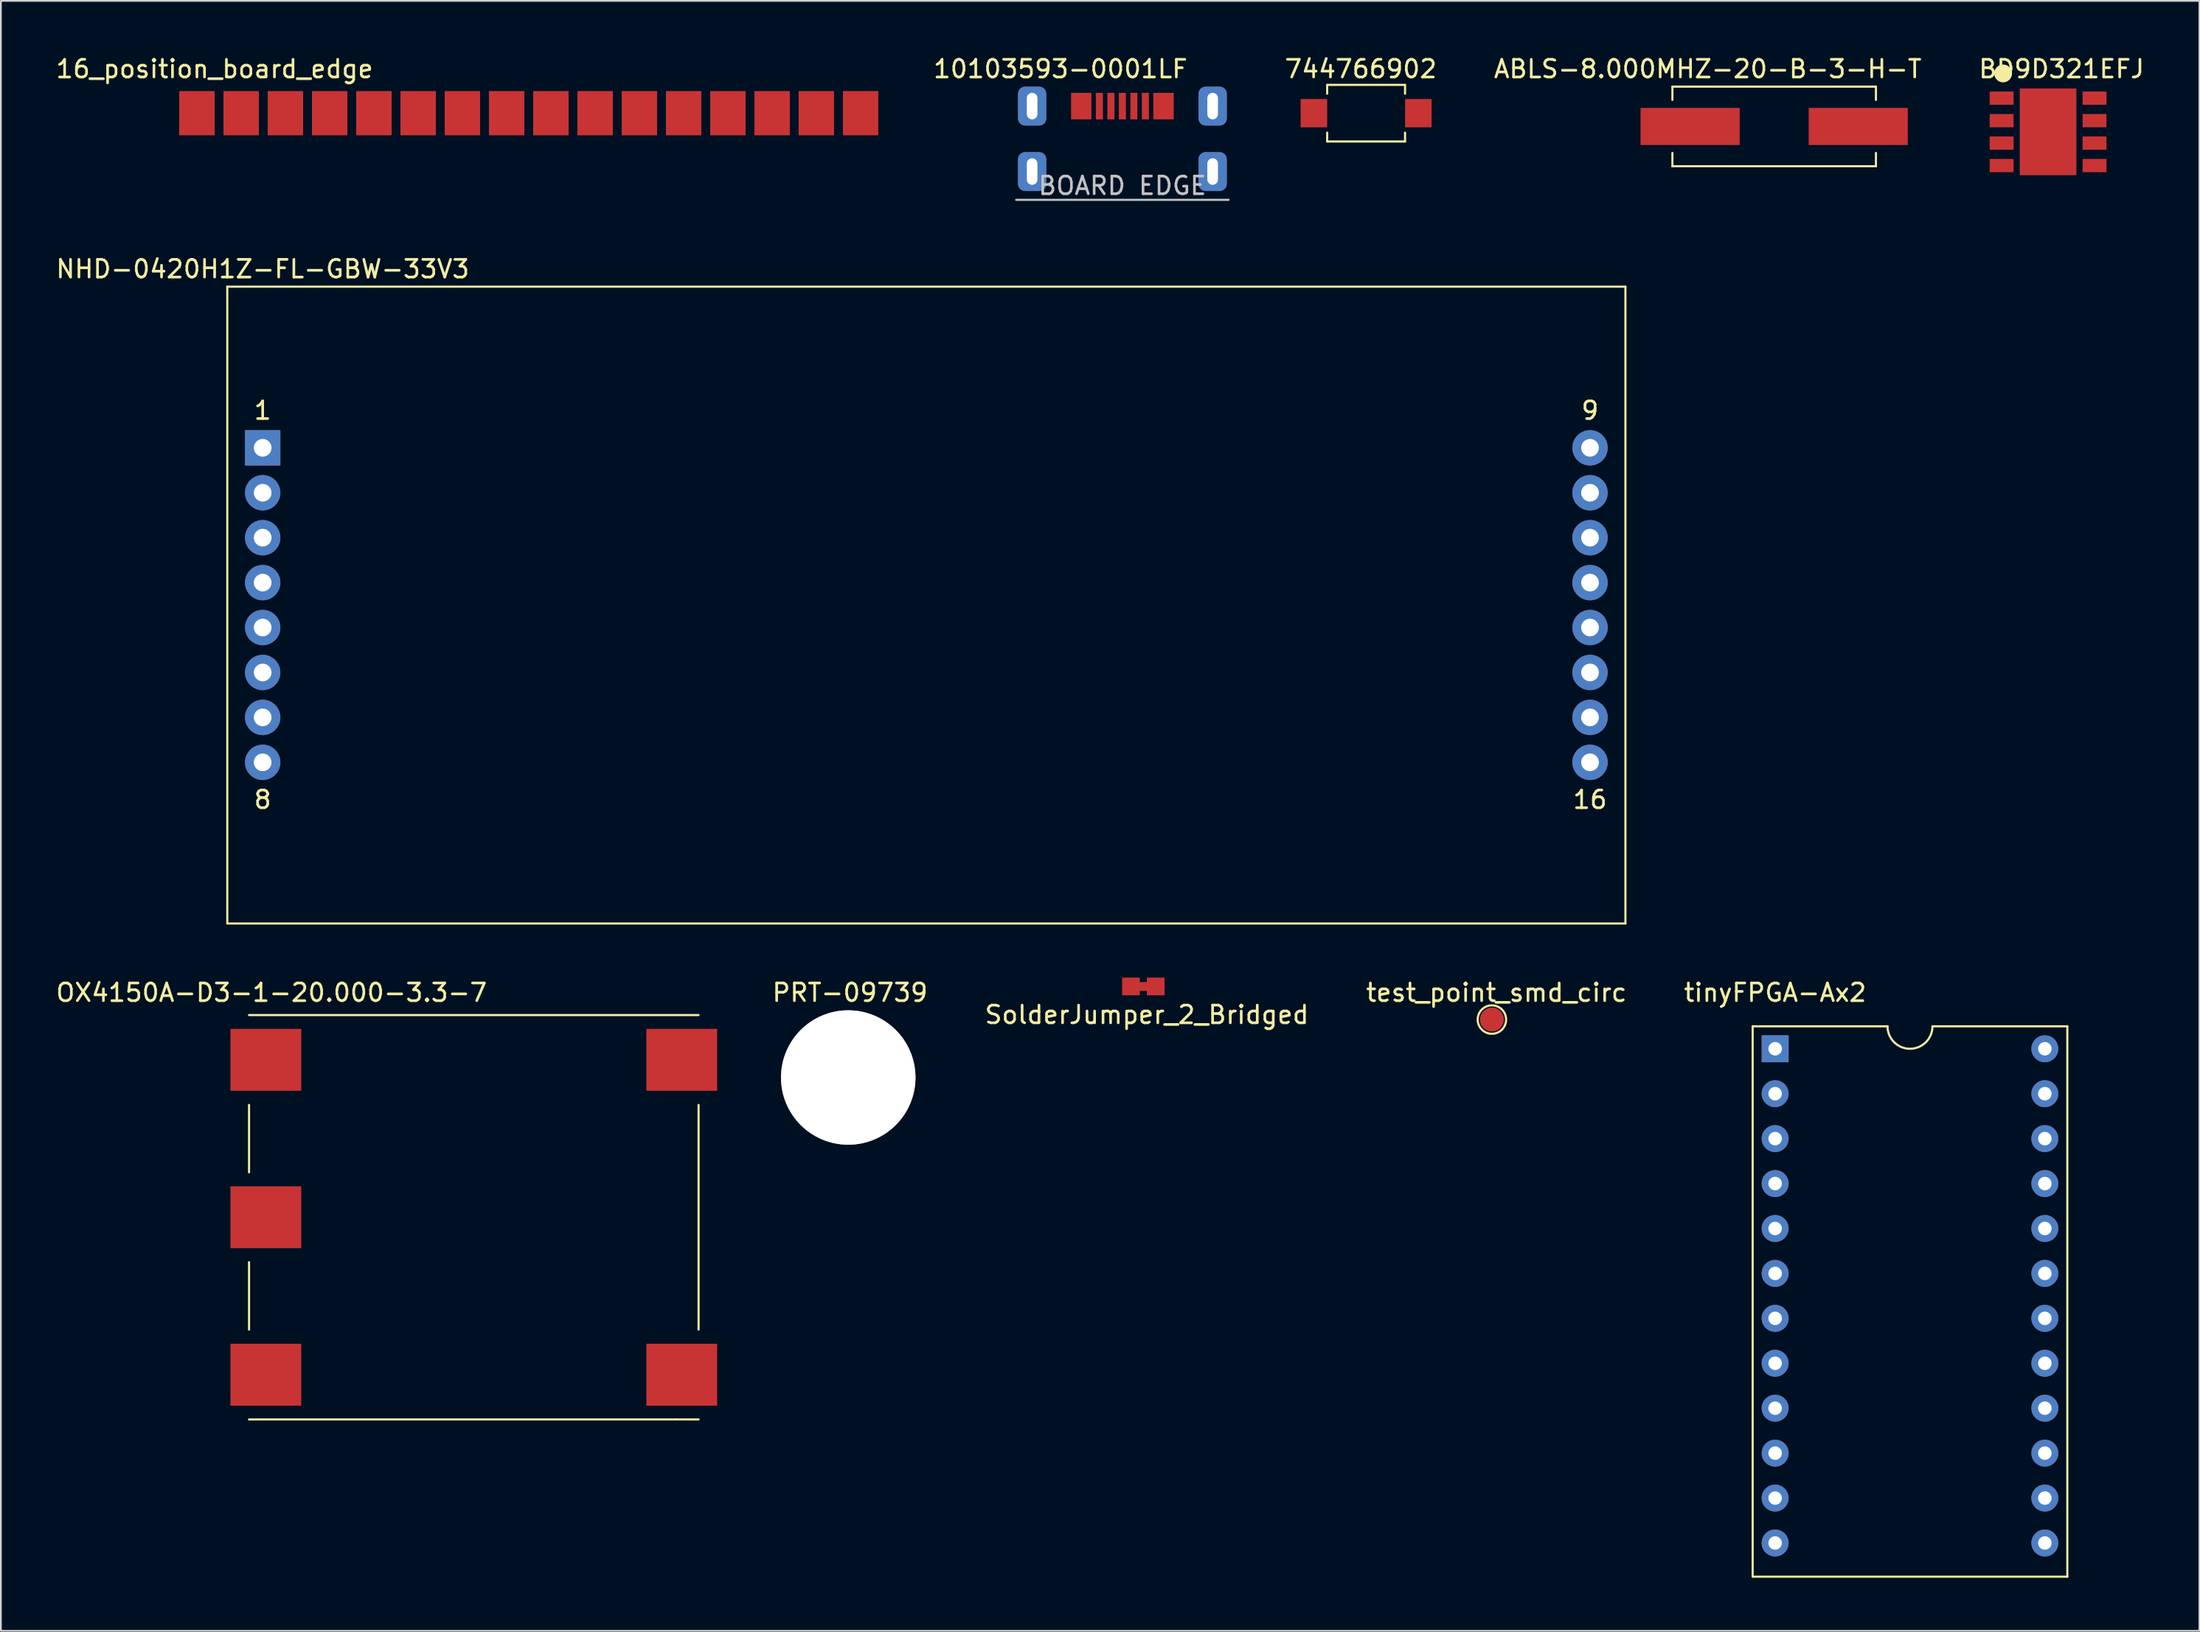
<source format=kicad_pcb>
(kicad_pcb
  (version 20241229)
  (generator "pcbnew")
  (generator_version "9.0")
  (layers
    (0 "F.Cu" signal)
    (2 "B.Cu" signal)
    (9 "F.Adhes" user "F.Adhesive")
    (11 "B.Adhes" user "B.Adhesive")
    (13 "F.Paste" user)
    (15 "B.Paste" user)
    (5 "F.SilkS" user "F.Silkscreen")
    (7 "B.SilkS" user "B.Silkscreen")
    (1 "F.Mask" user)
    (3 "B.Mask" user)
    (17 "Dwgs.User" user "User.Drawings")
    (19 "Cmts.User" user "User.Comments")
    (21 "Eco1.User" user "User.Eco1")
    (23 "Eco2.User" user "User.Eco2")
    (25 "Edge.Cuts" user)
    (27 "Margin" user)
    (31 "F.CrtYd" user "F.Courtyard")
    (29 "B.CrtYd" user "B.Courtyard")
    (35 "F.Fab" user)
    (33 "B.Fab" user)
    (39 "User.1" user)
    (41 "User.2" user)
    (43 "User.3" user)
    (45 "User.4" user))
  (footprint "tinyFPGA-Ax2"
    (layer "F.Cu")
    (at 97.251 56.24)
    (property "Reference" "tinyFPGA-Ax2" (at 0 -3.175 0) (layer "F.SilkS") (effects (font (size 1 1) (thickness 0.15))))
    (attr through_hole)
    (fp_line (start -1.27 -1.27) (end 6.35 -1.27) (stroke (width 0.12) (type solid)) (layer "F.SilkS"))
    (fp_line (start -1.27 29.845) (end -1.27 -1.27) (stroke (width 0.12) (type solid)) (layer "F.SilkS"))
    (fp_line (start 8.89 -1.27) (end 16.51 -1.27) (stroke (width 0.12) (type solid)) (layer "F.SilkS"))
    (fp_line (start 16.51 -1.27) (end 16.51 29.845) (stroke (width 0.12) (type solid)) (layer "F.SilkS"))
    (fp_line (start 16.51 29.845) (end -1.27 29.845) (stroke (width 0.12) (type solid)) (layer "F.SilkS"))
    (fp_arc (start 8.89 -1.27) (mid 7.62 0) (end 6.35 -1.27) (stroke (width 0.12) (type solid)) (layer "F.SilkS"))
    (pad "0" thru_hole rect (at 0 0) (size 1.524 1.524) (drill 0.762) (layers "*.Cu" "*.Mask"))
    (pad "1" thru_hole circle (at 0 2.54) (size 1.524 1.524) (drill 0.762) (layers "*.Cu" "*.Mask"))
    (pad "2" thru_hole circle (at 0 5.08) (size 1.524 1.524) (drill 0.762) (layers "*.Cu" "*.Mask"))
    (pad "3" thru_hole circle (at 0 7.62) (size 1.524 1.524) (drill 0.762) (layers "*.Cu" "*.Mask"))
    (pad "4" thru_hole circle (at 0 10.16) (size 1.524 1.524) (drill 0.762) (layers "*.Cu" "*.Mask"))
    (pad "5" thru_hole circle (at 0 12.7) (size 1.524 1.524) (drill 0.762) (layers "*.Cu" "*.Mask"))
    (pad "6" thru_hole circle (at 0 15.24) (size 1.524 1.524) (drill 0.762) (layers "*.Cu" "*.Mask"))
    (pad "7" thru_hole circle (at 0 17.78) (size 1.524 1.524) (drill 0.762) (layers "*.Cu" "*.Mask"))
    (pad "8" thru_hole circle (at 0 20.32) (size 1.524 1.524) (drill 0.762) (layers "*.Cu" "*.Mask"))
    (pad "9" thru_hole circle (at 0 22.86) (size 1.524 1.524) (drill 0.762) (layers "*.Cu" "*.Mask"))
    (pad "10" thru_hole circle (at 0 25.4) (size 1.524 1.524) (drill 0.762) (layers "*.Cu" "*.Mask"))
    (pad "11" thru_hole circle (at 0 27.94) (size 1.524 1.524) (drill 0.762) (layers "*.Cu" "*.Mask"))
    (pad "12" thru_hole circle (at 15.24 27.94) (size 1.524 1.524) (drill 0.762) (layers "*.Cu" "*.Mask"))
    (pad "13" thru_hole circle (at 15.24 25.4) (size 1.524 1.524) (drill 0.762) (layers "*.Cu" "*.Mask"))
    (pad "14" thru_hole circle (at 15.24 22.86) (size 1.524 1.524) (drill 0.762) (layers "*.Cu" "*.Mask"))
    (pad "15" thru_hole circle (at 15.24 20.32) (size 1.524 1.524) (drill 0.762) (layers "*.Cu" "*.Mask"))
    (pad "16" thru_hole circle (at 15.24 17.78) (size 1.524 1.524) (drill 0.762) (layers "*.Cu" "*.Mask"))
    (pad "17" thru_hole circle (at 15.24 15.24) (size 1.524 1.524) (drill 0.762) (layers "*.Cu" "*.Mask"))
    (pad "18" thru_hole circle (at 15.24 12.7) (size 1.524 1.524) (drill 0.762) (layers "*.Cu" "*.Mask"))
    (pad "19" thru_hole circle (at 15.24 10.16) (size 1.524 1.524) (drill 0.762) (layers "*.Cu" "*.Mask"))
    (pad "20" thru_hole circle (at 15.24 7.62) (size 1.524 1.524) (drill 0.762) (layers "*.Cu" "*.Mask"))
    (pad "21" thru_hole circle (at 15.24 5.08) (size 1.524 1.524) (drill 0.762) (layers "*.Cu" "*.Mask"))
    (pad "22" thru_hole circle (at 15.24 2.54) (size 1.524 1.524) (drill 0.762) (layers "*.Cu" "*.Mask"))
    (pad "23" thru_hole circle (at 15.24 0) (size 1.524 1.524) (drill 0.762) (layers "*.Cu" "*.Mask")))
  (footprint "OX4150A-D3-1-20.000-3.3-7"
    (layer "F.Cu")
    (at 23.722 65.765)
    (property "Reference" "OX4150A-D3-1-20.000-3.3-7" (at -11.43 -12.7 0) (layer "F.SilkS") (effects (font (size 1 1) (thickness 0.15))))
    (attr through_hole)
    (fp_line (start -12.7 -6.35) (end -12.7 -2.54) (stroke (width 0.12) (type solid)) (layer "F.SilkS"))
    (fp_line (start -12.7 2.54) (end -12.7 6.35) (stroke (width 0.12) (type solid)) (layer "F.SilkS"))
    (fp_line (start -12.7 11.43) (end 11.43 11.43) (stroke (width 0.12) (type solid)) (layer "F.SilkS"))
    (fp_line (start 12.7 -11.43) (end -12.7 -11.43) (stroke (width 0.12) (type solid)) (layer "F.SilkS"))
    (fp_line (start 12.7 -6.35) (end 12.7 6.35) (stroke (width 0.12) (type solid)) (layer "F.SilkS"))
    (fp_line (start 12.7 11.43) (end 11.43 11.43) (stroke (width 0.12) (type solid)) (layer "F.SilkS"))
    (pad "1" smd rect (at -11.75 -8.9) (size 4 3.5) (layers "F.Cu" "F.Mask" "F.Paste"))
    (pad "2" smd rect (at -11.75 0) (size 4 3.5) (layers "F.Cu" "F.Mask" "F.Paste"))
    (pad "3" smd rect (at -11.75 8.9) (size 4 3.5) (layers "F.Cu" "F.Mask" "F.Paste"))
    (pad "4" smd rect (at 11.75 8.9) (size 4 3.5) (layers "F.Cu" "F.Mask" "F.Paste"))
    (pad "5" smd rect (at 11.75 -8.9) (size 4 3.5) (layers "F.Cu" "F.Mask" "F.Paste")))
  (footprint "SolderJumper_2_Bridged"
    (layer "F.Cu")
    (at 61.551 52.717)
    (property "Reference" "SolderJumper_2_Bridged" (at 0.2 1.6 0) (layer "F.SilkS") (effects (font (size 1 1) (thickness 0.15))))
    (attr through_hole)
    (fp_line (start 0.7 0) (end -0.7 0) (stroke (width 0.5) (type solid)) (layer "F.Cu"))
    (fp_line (start 0.5 0) (end -0.5 0) (stroke (width 0.75) (type solid)) (layer "F.Mask"))
    (pad "1" smd rect (at -0.7 0) (size 1 1) (layers "F.Cu" "F.Mask" "F.Paste"))
    (pad "2" smd rect (at 0.7 0) (size 1 1) (layers "F.Cu" "F.Mask" "F.Paste")))
  (footprint "test_point_smd_circ"
    (layer "F.Cu")
    (at 81.247 54.589)
    (property "Reference" "test_point_smd_circ" (at 0.254 -1.524 0) (layer "F.SilkS") (effects (font (size 1 1) (thickness 0.15))))
    (attr through_hole)
    (fp_circle (center 0 0) (end 0.762 0.254) (stroke (width 0.12) (type solid)) (fill no) (layer "F.SilkS"))
    (pad "~" smd circle (at 0 0) (size 1.35 1.35) (layers "F.Cu" "F.Mask" "F.Paste")))
  (footprint "BD9D321EFJ"
    (layer "F.Cu")
    (at 112.673 4.404)
    (property "Reference" "BD9D321EFJ" (at 0.762 -3.556 0) (layer "F.SilkS") (effects (font (size 1 1) (thickness 0.15))))
    (attr smd)
    (fp_circle (center -2.54 -3.302) (end -2.286 -3.302) (stroke (width 0.5) (type solid)) (fill no) (layer "F.SilkS"))
    (pad "1" smd rect (at -2.625 -1.905) (size 1.35 0.75) (layers "F.Cu" "F.Mask" "F.Paste"))
    (pad "2" smd rect (at -2.625 -0.635) (size 1.35 0.75) (layers "F.Cu" "F.Mask" "F.Paste"))
    (pad "3" smd rect (at -2.625 0.635) (size 1.35 0.75) (layers "F.Cu" "F.Mask" "F.Paste"))
    (pad "4" smd rect (at -2.625 1.905) (size 1.35 0.75) (layers "F.Cu" "F.Mask" "F.Paste"))
    (pad "5" smd rect (at 2.625 1.905) (size 1.35 0.75) (layers "F.Cu" "F.Mask" "F.Paste"))
    (pad "6" smd rect (at 2.625 0.635) (size 1.35 0.75) (layers "F.Cu" "F.Mask" "F.Paste"))
    (pad "7" smd rect (at 2.625 -0.635) (size 1.35 0.75) (layers "F.Cu" "F.Mask" "F.Paste"))
    (pad "8" smd rect (at 2.625 -1.905) (size 1.35 0.75) (layers "F.Cu" "F.Mask" "F.Paste"))
    (pad "FIN" smd rect (at 0 0) (size 3.2 4.9) (layers "F.Cu" "F.Mask" "F.Paste")))
  (footprint "16_position_board_edge"
    (layer "F.Cu")
    (at 8.077 3.348)
    (property "Reference" "16_position_board_edge" (at 1 -2.5 0) (layer "F.SilkS") (effects (font (size 1 1) (thickness 0.15))))
    (attr through_hole)
    (pad "1" smd rect (at 0 0) (size 2 2.5) (layers "F.Cu" "F.Mask" "F.Paste"))
    (pad "2" smd rect (at 2.5 0) (size 2 2.5) (layers "F.Cu" "F.Mask" "F.Paste"))
    (pad "3" smd rect (at 5 0) (size 2 2.5) (layers "F.Cu" "F.Mask" "F.Paste"))
    (pad "4" smd rect (at 7.5 0) (size 2 2.5) (layers "F.Cu" "F.Mask" "F.Paste"))
    (pad "5" smd rect (at 10 0) (size 2 2.5) (layers "F.Cu" "F.Mask" "F.Paste"))
    (pad "6" smd rect (at 12.5 0) (size 2 2.5) (layers "F.Cu" "F.Mask" "F.Paste"))
    (pad "7" smd rect (at 15 0) (size 2 2.5) (layers "F.Cu" "F.Mask" "F.Paste"))
    (pad "8" smd rect (at 17.5 0) (size 2 2.5) (layers "F.Cu" "F.Mask" "F.Paste"))
    (pad "9" smd rect (at 20 0) (size 2 2.5) (layers "F.Cu" "F.Mask" "F.Paste"))
    (pad "10" smd rect (at 22.5 0) (size 2 2.5) (layers "F.Cu" "F.Mask" "F.Paste"))
    (pad "11" smd rect (at 25 0) (size 2 2.5) (layers "F.Cu" "F.Mask" "F.Paste"))
    (pad "12" smd rect (at 27.5 0) (size 2 2.5) (layers "F.Cu" "F.Mask" "F.Paste"))
    (pad "13" smd rect (at 30 0) (size 2 2.5) (layers "F.Cu" "F.Mask" "F.Paste"))
    (pad "14" smd rect (at 32.5 0) (size 2 2.5) (layers "F.Cu" "F.Mask" "F.Paste"))
    (pad "15" smd rect (at 35 0) (size 2 2.5) (layers "F.Cu" "F.Mask" "F.Paste"))
    (pad "16" smd rect (at 37.5 0) (size 2 2.5) (layers "F.Cu" "F.Mask" "F.Paste")))
  (footprint "ABLS-8.000MHZ-20-B-3-H-T"
    (layer "F.Cu")
    (at 97.197 4.098)
    (property "Reference" "ABLS-8.000MHZ-20-B-3-H-T" (at -3.75 -3.25 0) (layer "F.SilkS") (effects (font (size 1 1) (thickness 0.15))))
    (attr through_hole)
    (fp_line (start -5.75 -2.25) (end 5.75 -2.25) (stroke (width 0.12) (type solid)) (layer "F.SilkS"))
    (fp_line (start -5.75 -1.5) (end -5.75 -2.25) (stroke (width 0.12) (type solid)) (layer "F.SilkS"))
    (fp_line (start -5.75 1.5) (end -5.75 2.25) (stroke (width 0.12) (type solid)) (layer "F.SilkS"))
    (fp_line (start -5.75 2.25) (end 5.75 2.25) (stroke (width 0.12) (type solid)) (layer "F.SilkS"))
    (fp_line (start 5.75 -2.25) (end 5.75 -1.5) (stroke (width 0.12) (type solid)) (layer "F.SilkS"))
    (fp_line (start 5.75 2.25) (end 5.75 1.5) (stroke (width 0.12) (type solid)) (layer "F.SilkS"))
    (pad "1" smd rect (at -4.75 0) (size 5.6 2.1) (layers "F.Cu" "F.Mask" "F.Paste"))
    (pad "2" smd rect (at 4.75 0) (size 5.6 2.1) (layers "F.Cu" "F.Mask" "F.Paste")))
  (footprint "10103593-0001LF"
    (layer "F.Cu")
    (at 60.369 2.948)
    (property "Reference" "10103593-0001LF" (at -3.5 -2.1 0) (layer "F.SilkS") (effects (font (size 1 1) (thickness 0.15))))
    (attr through_hole)
    (fp_line (start 6 5.3) (end -6 5.3) (stroke (width 0.12) (type solid)) (layer "Dwgs.User"))
    (fp_text user "BOARD EDGE" (at 0 4.5 0) (layer "Dwgs.User") (effects (font (size 1 1) (thickness 0.15))))
    (pad "1" smd rect (at -1.3 0) (size 0.4 1.5) (layers "F.Cu" "F.Mask" "F.Paste"))
    (pad "2" smd rect (at -0.65 0) (size 0.4 1.5) (layers "F.Cu" "F.Mask" "F.Paste"))
    (pad "3" smd rect (at 0 0) (size 0.4 1.5) (layers "F.Cu" "F.Mask" "F.Paste"))
    (pad "4" smd rect (at 0.65 0) (size 0.4 1.5) (layers "F.Cu" "F.Mask" "F.Paste"))
    (pad "5" smd rect (at 1.3 0) (size 0.4 1.5) (layers "F.Cu" "F.Mask" "F.Paste"))
    (pad "6" thru_hole roundrect (at -5.1 0) (size 1.6 2.2) (drill oval 0.6 1.5) (layers "*.Cu" "*.Mask") (roundrect_rratio 0.25))
    (pad "6" thru_hole roundrect (at -5.1 3.7) (size 1.6 2.2) (drill oval 0.6 1.5) (layers "*.Cu" "*.Mask") (roundrect_rratio 0.25))
    (pad "6" smd rect (at -2.325 0) (size 1.15 1.5) (layers "F.Cu" "F.Mask" "F.Paste"))
    (pad "6" smd rect (at 2.325 0) (size 1.15 1.5) (layers "F.Cu" "F.Mask" "F.Paste"))
    (pad "6" thru_hole roundrect (at 5.1 0) (size 1.6 2.2) (drill oval 0.6 1.5) (layers "*.Cu" "*.Mask") (roundrect_rratio 0.25))
    (pad "6" thru_hole roundrect (at 5.1 3.7) (size 1.6 2.2) (drill oval 0.6 1.5) (layers "*.Cu" "*.Mask") (roundrect_rratio 0.25)))
  (footprint "744766902"
    (layer "F.Cu")
    (at 74.14 3.348)
    (property "Reference" "744766902" (at -0.3 -2.5 0) (layer "F.SilkS") (effects (font (size 1 1) (thickness 0.15))))
    (attr through_hole)
    (fp_line (start -2.2 -1.6) (end -2.2 -1.1) (stroke (width 0.12) (type solid)) (layer "F.SilkS"))
    (fp_line (start -2.2 1.1) (end -2.2 1.6) (stroke (width 0.12) (type solid)) (layer "F.SilkS"))
    (fp_line (start -2.2 1.6) (end 2.2 1.6) (stroke (width 0.12) (type solid)) (layer "F.SilkS"))
    (fp_line (start 2.2 -1.6) (end -2.2 -1.6) (stroke (width 0.12) (type solid)) (layer "F.SilkS"))
    (fp_line (start 2.2 -1.1) (end 2.2 -1.6) (stroke (width 0.12) (type solid)) (layer "F.SilkS"))
    (fp_line (start 2.2 1.6) (end 2.2 1.1) (stroke (width 0.12) (type solid)) (layer "F.SilkS"))
    (pad "1" smd rect (at -2.95 0) (size 1.5 1.6) (layers "F.Cu" "F.Mask" "F.Paste"))
    (pad "2" smd rect (at 2.95 0) (size 1.5 1.6) (layers "F.Cu" "F.Mask" "F.Paste")))
  (footprint "PRT-09739"
    (layer "F.Cu")
    (at 45.078 57.565)
    (property "Reference" "PRT-09739" (at -0.1 -4.5 0) (layer "F.SilkS") (effects (font (size 1 1) (thickness 0.15))))
    (attr through_hole)
    (pad "1" thru_hole circle (at -0.2 0.3) (size 7.6 7.6) (drill 7.6) (layers "*.Cu" "*.Mask")))
  (footprint "NHD-0420H1Z-FL-GBW-33V3"
    (layer "F.Cu")
    (at 49.292 31.157)
    (property "Reference" "NHD-0420H1Z-FL-GBW-33V3" (at -37.5 -19 0) (layer "F.SilkS") (effects (font (size 1 1) (thickness 0.15))))
    (attr through_hole)
    (fp_line (start -39.5 -18) (end -39.5 18) (stroke (width 0.12) (type solid)) (layer "F.SilkS"))
    (fp_line (start -39.5 18) (end 39.5 18) (stroke (width 0.12) (type solid)) (layer "F.SilkS"))
    (fp_line (start 39.5 -18) (end -39.5 -18) (stroke (width 0.12) (type solid)) (layer "F.SilkS"))
    (fp_line (start 39.5 18) (end 39.5 -18) (stroke (width 0.12) (type solid)) (layer "F.SilkS"))
    (fp_text user "8" (at -37.5 11 0) (layer "F.SilkS") (effects (font (size 1 1) (thickness 0.15))))
    (fp_text user "9" (at 37.5 -11 0) (layer "F.SilkS") (effects (font (size 1 1) (thickness 0.15))))
    (fp_text user "1" (at -37.5 -11 0) (layer "F.SilkS") (effects (font (size 1 1) (thickness 0.15))))
    (fp_text user "16" (at 37.5 11 0) (layer "F.SilkS") (effects (font (size 1 1) (thickness 0.15))))
    (pad "1" thru_hole rect (at -37.5 -8.89) (size 2 2) (drill 1) (layers "*.Cu" "*.Mask"))
    (pad "2" thru_hole circle (at -37.5 -6.35) (size 2 2) (drill 1) (layers "*.Cu" "*.Mask"))
    (pad "3" thru_hole circle (at -37.5 -3.81) (size 2 2) (drill 1) (layers "*.Cu" "*.Mask"))
    (pad "4" thru_hole circle (at -37.5 -1.27) (size 2 2) (drill 1) (layers "*.Cu" "*.Mask"))
    (pad "5" thru_hole circle (at -37.5 1.27) (size 2 2) (drill 1) (layers "*.Cu" "*.Mask"))
    (pad "6" thru_hole circle (at -37.5 3.81) (size 2 2) (drill 1) (layers "*.Cu" "*.Mask"))
    (pad "7" thru_hole circle (at -37.5 6.35) (size 2 2) (drill 1) (layers "*.Cu" "*.Mask"))
    (pad "8" thru_hole circle (at -37.5 8.89) (size 2 2) (drill 1) (layers "*.Cu" "*.Mask"))
    (pad "9" thru_hole circle (at 37.5 -8.89) (size 2 2) (drill 1) (layers "*.Cu" "*.Mask"))
    (pad "10" thru_hole circle (at 37.5 -6.35) (size 2 2) (drill 1) (layers "*.Cu" "*.Mask"))
    (pad "11" thru_hole circle (at 37.5 -3.81) (size 2 2) (drill 1) (layers "*.Cu" "*.Mask"))
    (pad "12" thru_hole circle (at 37.5 -1.27) (size 2 2) (drill 1) (layers "*.Cu" "*.Mask"))
    (pad "13" thru_hole circle (at 37.5 1.27) (size 2 2) (drill 1) (layers "*.Cu" "*.Mask"))
    (pad "14" thru_hole circle (at 37.5 3.81) (size 2 2) (drill 1) (layers "*.Cu" "*.Mask"))
    (pad "15" thru_hole circle (at 37.5 6.35) (size 2 2) (drill 1) (layers "*.Cu" "*.Mask"))
    (pad "16" thru_hole circle (at 37.5 8.89) (size 2 2) (drill 1) (layers "*.Cu" "*.Mask")))
  (gr_rect
    (start -3 -3)
    (end 121.227 89.145)
    (stroke (width 0.1) (type default))
    (fill no)
    (layer "Edge.Cuts")))
</source>
